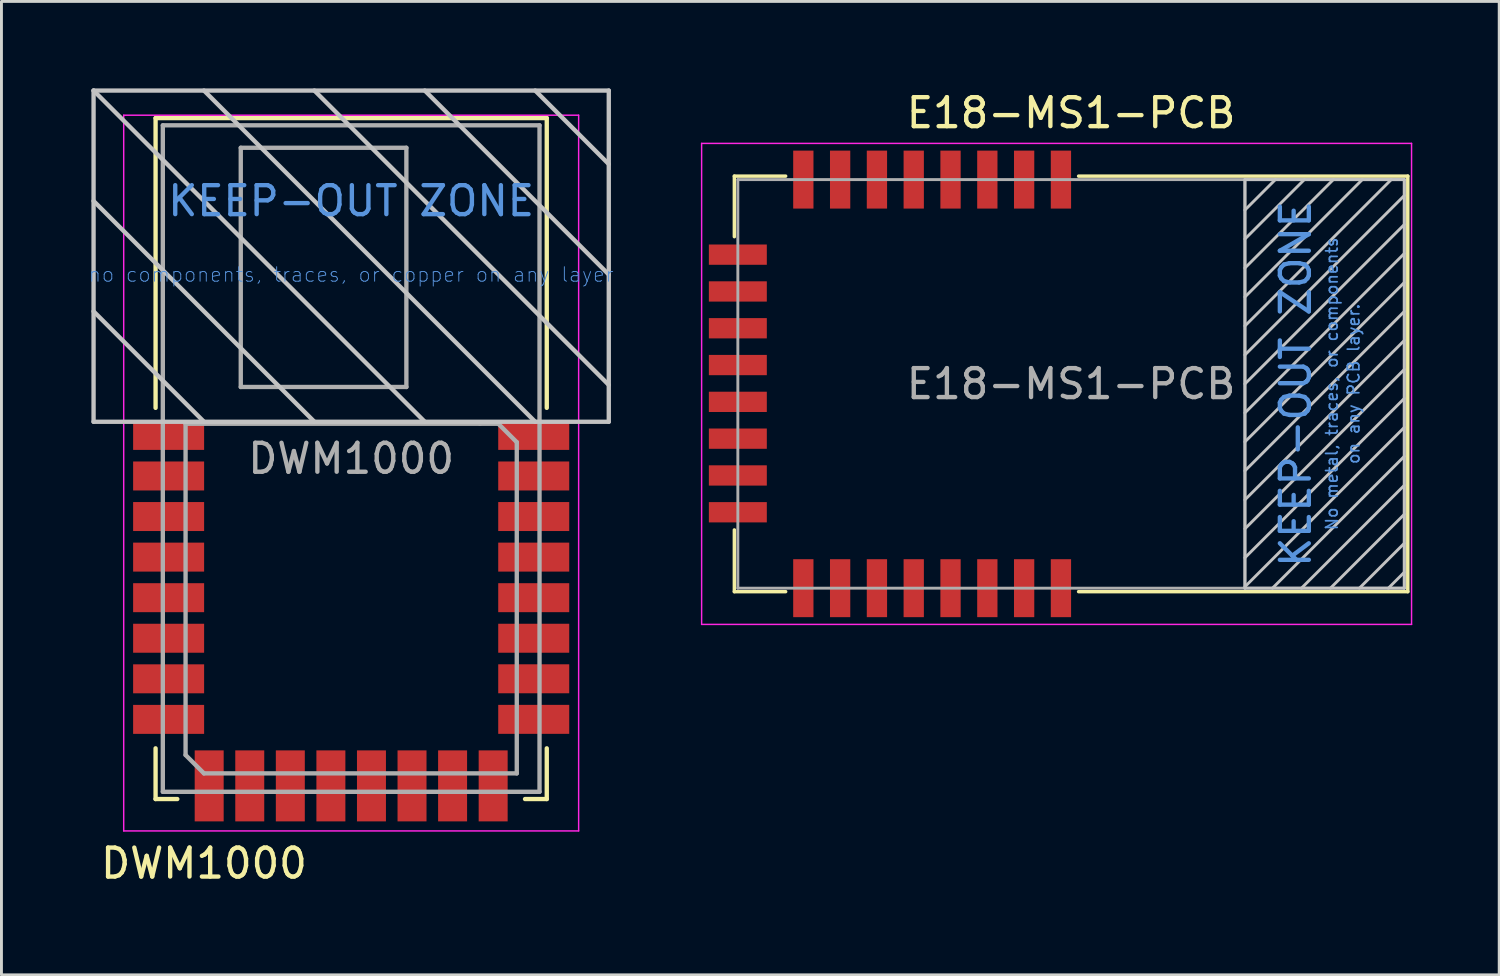
<source format=kicad_pcb>
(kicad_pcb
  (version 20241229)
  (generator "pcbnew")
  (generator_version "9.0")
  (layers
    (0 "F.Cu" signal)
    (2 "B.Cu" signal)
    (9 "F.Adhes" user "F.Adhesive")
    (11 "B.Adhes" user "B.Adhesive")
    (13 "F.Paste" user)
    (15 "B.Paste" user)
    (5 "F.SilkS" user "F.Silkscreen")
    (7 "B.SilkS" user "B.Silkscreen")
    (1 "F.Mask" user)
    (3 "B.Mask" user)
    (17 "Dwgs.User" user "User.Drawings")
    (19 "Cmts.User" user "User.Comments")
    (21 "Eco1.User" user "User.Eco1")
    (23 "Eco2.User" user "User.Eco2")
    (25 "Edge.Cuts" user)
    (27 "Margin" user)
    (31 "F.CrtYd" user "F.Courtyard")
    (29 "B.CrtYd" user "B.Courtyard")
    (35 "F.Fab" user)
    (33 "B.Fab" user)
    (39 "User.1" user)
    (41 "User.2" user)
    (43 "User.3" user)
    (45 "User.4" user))
  (footprint "DWM1000"
    (layer "F.Cu")
    (at 9.069 12.775)
    (property "Reference" "DWM1000" (at -5.08 13.97 0) (layer "F.SilkS") (effects (font (size 1 1) (thickness 0.15))))
    (attr smd)
    (fp_line (start -6.75 -11.75) (end -6.75 -1.75) (stroke (width 0.15) (type solid)) (layer "F.SilkS"))
    (fp_line (start -6.75 -11.75) (end 6.75 -11.75) (stroke (width 0.15) (type solid)) (layer "F.SilkS"))
    (fp_line (start -6.75 11.75) (end -6.75 10) (stroke (width 0.15) (type solid)) (layer "F.SilkS"))
    (fp_line (start -6 11.75) (end -6.75 11.75) (stroke (width 0.15) (type solid)) (layer "F.SilkS"))
    (fp_line (start 6 11.75) (end 6.75 11.75) (stroke (width 0.15) (type solid)) (layer "F.SilkS"))
    (fp_line (start 6.75 -11.75) (end 6.75 -1.75) (stroke (width 0.15) (type solid)) (layer "F.SilkS"))
    (fp_line (start 6.75 11.75) (end 6.75 10) (stroke (width 0.15) (type solid)) (layer "F.SilkS"))
    (fp_line (start -8.89 -12.7) (end 8.89 -12.7) (stroke (width 0.15) (type solid)) (layer "Dwgs.User"))
    (fp_line (start -8.89 -8.89) (end -1.27 -1.27) (stroke (width 0.15) (type solid)) (layer "Dwgs.User"))
    (fp_line (start -8.89 -5.08) (end -5.08 -1.27) (stroke (width 0.15) (type solid)) (layer "Dwgs.User"))
    (fp_line (start -8.89 -1.27) (end -8.89 -12.7) (stroke (width 0.15) (type solid)) (layer "Dwgs.User"))
    (fp_line (start -1.27 -12.7) (end 8.89 -2.54) (stroke (width 0.15) (type solid)) (layer "Dwgs.User"))
    (fp_line (start 2.54 -12.7) (end 8.89 -6.35) (stroke (width 0.15) (type solid)) (layer "Dwgs.User"))
    (fp_line (start 2.54 -1.27) (end -8.89 -12.7) (stroke (width 0.15) (type solid)) (layer "Dwgs.User"))
    (fp_line (start 6.35 -12.7) (end 8.89 -10.16) (stroke (width 0.15) (type solid)) (layer "Dwgs.User"))
    (fp_line (start 6.35 -1.27) (end -5.08 -12.7) (stroke (width 0.15) (type solid)) (layer "Dwgs.User"))
    (fp_line (start 8.89 -12.7) (end 8.89 -1.27) (stroke (width 0.15) (type solid)) (layer "Dwgs.User"))
    (fp_line (start 8.89 -1.27) (end -8.89 -1.27) (stroke (width 0.15) (type solid)) (layer "Dwgs.User"))
    (fp_line (start -7.85 -11.85) (end -7.85 12.85) (stroke (width 0.05) (type solid)) (layer "F.CrtYd"))
    (fp_line (start -7.85 12.85) (end 7.85 12.85) (stroke (width 0.05) (type solid)) (layer "F.CrtYd"))
    (fp_line (start 7.85 -11.85) (end -7.85 -11.85) (stroke (width 0.05) (type solid)) (layer "F.CrtYd"))
    (fp_line (start 7.85 12.85) (end 7.85 -11.85) (stroke (width 0.05) (type solid)) (layer "F.CrtYd"))
    (fp_line (start -6.5 -11.5) (end -6.5 11.5) (stroke (width 0.15) (type solid)) (layer "F.Fab"))
    (fp_line (start -6.5 11.5) (end 6.5 11.5) (stroke (width 0.15) (type solid)) (layer "F.Fab"))
    (fp_line (start -5.715 -1.2) (end 4.445 -1.2) (stroke (width 0.15) (type solid)) (layer "F.Fab"))
    (fp_line (start -5.715 10.23) (end -5.715 -1.2) (stroke (width 0.15) (type solid)) (layer "F.Fab"))
    (fp_line (start -5.08 10.865) (end -5.715 10.23) (stroke (width 0.15) (type solid)) (layer "F.Fab"))
    (fp_line (start -3.81 -10.725) (end 1.905 -10.725) (stroke (width 0.15) (type solid)) (layer "F.Fab"))
    (fp_line (start -3.81 -2.47) (end -3.81 -10.725) (stroke (width 0.15) (type solid)) (layer "F.Fab"))
    (fp_line (start 1.905 -10.725) (end 1.905 -2.47) (stroke (width 0.15) (type solid)) (layer "F.Fab"))
    (fp_line (start 1.905 -2.47) (end -3.81 -2.47) (stroke (width 0.15) (type solid)) (layer "F.Fab"))
    (fp_line (start 4.445 -1.2) (end 5.08 -1.2) (stroke (width 0.15) (type solid)) (layer "F.Fab"))
    (fp_line (start 5.08 -1.2) (end 5.715 -0.565) (stroke (width 0.15) (type solid)) (layer "F.Fab"))
    (fp_line (start 5.715 -0.565) (end 5.715 10.865) (stroke (width 0.15) (type solid)) (layer "F.Fab"))
    (fp_line (start 5.715 10.865) (end -5.08 10.865) (stroke (width 0.15) (type solid)) (layer "F.Fab"))
    (fp_line (start 6.5 -11.5) (end -6.5 -11.5) (stroke (width 0.15) (type solid)) (layer "F.Fab"))
    (fp_line (start 6.5 11.5) (end 6.5 -11.5) (stroke (width 0.15) (type solid)) (layer "F.Fab"))
    (fp_text user "no components, traces, or copper on any layer" (at 0 -6.35 0) (layer "Cmts.User") (effects (font (size 0.5 0.5) (thickness 0.032))))
    (fp_text user "KEEP-OUT ZONE" (at 0 -8.89 0) (layer "Cmts.User") (effects (font (size 1 1) (thickness 0.15))))
    (fp_text user "${REFERENCE}" (at 0 0 0) (layer "F.Fab") (effects (font (size 1 1) (thickness 0.15))))
    (pad "1" smd rect (at -6.3 -0.799 90) (size 1 2.45) (layers "F.Cu" "F.Mask" "F.Paste"))
    (pad "2" smd rect (at -6.3 0.601 90) (size 1 2.45) (layers "F.Cu" "F.Mask" "F.Paste"))
    (pad "3" smd rect (at -6.3 2.001 90) (size 1 2.45) (layers "F.Cu" "F.Mask" "F.Paste"))
    (pad "4" smd rect (at -6.3 3.401 90) (size 1 2.45) (layers "F.Cu" "F.Mask" "F.Paste"))
    (pad "5" smd rect (at -6.3 4.801 90) (size 1 2.45) (layers "F.Cu" "F.Mask" "F.Paste"))
    (pad "6" smd rect (at -6.3 6.201 90) (size 1 2.45) (layers "F.Cu" "F.Mask" "F.Paste"))
    (pad "7" smd rect (at -6.3 7.601 90) (size 1 2.45) (layers "F.Cu" "F.Mask" "F.Paste"))
    (pad "8" smd rect (at -6.3 9.001 90) (size 1 2.45) (layers "F.Cu" "F.Mask" "F.Paste"))
    (pad "9" smd rect (at -4.9 11.296) (size 1 2.45) (layers "F.Cu" "F.Mask" "F.Paste"))
    (pad "10" smd rect (at -3.5 11.296) (size 1 2.45) (layers "F.Cu" "F.Mask" "F.Paste"))
    (pad "11" smd rect (at -2.1 11.296) (size 1 2.45) (layers "F.Cu" "F.Mask" "F.Paste"))
    (pad "12" smd rect (at -0.7 11.296) (size 1 2.45) (layers "F.Cu" "F.Mask" "F.Paste"))
    (pad "13" smd rect (at 0.7 11.296) (size 1 2.45) (layers "F.Cu" "F.Mask" "F.Paste"))
    (pad "14" smd rect (at 2.1 11.296) (size 1 2.45) (layers "F.Cu" "F.Mask" "F.Paste"))
    (pad "15" smd rect (at 3.5 11.296) (size 1 2.45) (layers "F.Cu" "F.Mask" "F.Paste"))
    (pad "16" smd rect (at 4.9 11.296) (size 1 2.45) (layers "F.Cu" "F.Mask" "F.Paste"))
    (pad "17" smd rect (at 6.3 9 90) (size 1 2.45) (layers "F.Cu" "F.Mask" "F.Paste"))
    (pad "18" smd rect (at 6.3 7.6 90) (size 1 2.45) (layers "F.Cu" "F.Mask" "F.Paste"))
    (pad "19" smd rect (at 6.3 6.201 90) (size 1 2.45) (layers "F.Cu" "F.Mask" "F.Paste"))
    (pad "20" smd rect (at 6.3 4.801 90) (size 1 2.45) (layers "F.Cu" "F.Mask" "F.Paste"))
    (pad "21" smd rect (at 6.3 3.401 90) (size 1 2.45) (layers "F.Cu" "F.Mask" "F.Paste"))
    (pad "22" smd rect (at 6.3 2.001 90) (size 1 2.45) (layers "F.Cu" "F.Mask" "F.Paste"))
    (pad "23" smd rect (at 6.3 0.601 90) (size 1 2.45) (layers "F.Cu" "F.Mask" "F.Paste"))
    (pad "24" smd rect (at 6.3 -0.799 90) (size 1 2.45) (layers "F.Cu" "F.Mask" "F.Paste")))
  (footprint "E18-MS1-PCB"
    (layer "F.Cu")
    (at 27.663 10.198)
    (property "Reference" "E18-MS1-PCB" (at 6.25 -9.35 0) (layer "F.SilkS") (effects (font (size 1 1) (thickness 0.15))))
    (attr smd)
    (fp_line (start -5.37 -7.17) (end -5.37 -5.08) (stroke (width 0.12) (type solid)) (layer "F.SilkS"))
    (fp_line (start -5.37 -7.17) (end -3.6 -7.17) (stroke (width 0.12) (type solid)) (layer "F.SilkS"))
    (fp_line (start -5.37 5.04) (end -5.37 7.17) (stroke (width 0.12) (type solid)) (layer "F.SilkS"))
    (fp_line (start -5.37 7.17) (end -3.6 7.17) (stroke (width 0.12) (type solid)) (layer "F.SilkS"))
    (fp_line (start 6.51 7.17) (end 17.87 7.17) (stroke (width 0.12) (type solid)) (layer "F.SilkS"))
    (fp_line (start 17.87 -7.17) (end 6.51 -7.17) (stroke (width 0.12) (type solid)) (layer "F.SilkS"))
    (fp_line (start 17.87 7.17) (end 17.87 -7.17) (stroke (width 0.12) (type solid)) (layer "F.SilkS"))
    (fp_line (start 12.25 -7.05) (end 17.75 -7.05) (stroke (width 0.1) (type solid)) (layer "Dwgs.User"))
    (fp_line (start 12.25 -6) (end 13.3 -7.05) (stroke (width 0.1) (type solid)) (layer "Dwgs.User"))
    (fp_line (start 12.25 -5) (end 14.3 -7.05) (stroke (width 0.1) (type solid)) (layer "Dwgs.User"))
    (fp_line (start 12.25 -4) (end 15.3 -7.05) (stroke (width 0.1) (type solid)) (layer "Dwgs.User"))
    (fp_line (start 12.25 -3) (end 16.3 -7.05) (stroke (width 0.1) (type solid)) (layer "Dwgs.User"))
    (fp_line (start 12.25 -2) (end 17.3 -7.05) (stroke (width 0.1) (type solid)) (layer "Dwgs.User"))
    (fp_line (start 12.25 -1) (end 17.75 -6.5) (stroke (width 0.1) (type solid)) (layer "Dwgs.User"))
    (fp_line (start 12.25 0) (end 17.75 -5.5) (stroke (width 0.1) (type solid)) (layer "Dwgs.User"))
    (fp_line (start 12.25 1) (end 17.75 -4.5) (stroke (width 0.1) (type solid)) (layer "Dwgs.User"))
    (fp_line (start 12.25 2) (end 17.75 -3.5) (stroke (width 0.1) (type solid)) (layer "Dwgs.User"))
    (fp_line (start 12.25 3) (end 17.75 -2.5) (stroke (width 0.1) (type solid)) (layer "Dwgs.User"))
    (fp_line (start 12.25 4) (end 17.75 -1.5) (stroke (width 0.1) (type solid)) (layer "Dwgs.User"))
    (fp_line (start 12.25 5) (end 17.75 -0.5) (stroke (width 0.1) (type solid)) (layer "Dwgs.User"))
    (fp_line (start 12.25 6) (end 17.75 0.5) (stroke (width 0.1) (type solid)) (layer "Dwgs.User"))
    (fp_line (start 12.25 7) (end 17.75 1.5) (stroke (width 0.1) (type solid)) (layer "Dwgs.User"))
    (fp_line (start 12.25 7.05) (end 12.25 -7.05) (stroke (width 0.1) (type solid)) (layer "Dwgs.User"))
    (fp_line (start 14.2 7.05) (end 17.75 3.5) (stroke (width 0.1) (type solid)) (layer "Dwgs.User"))
    (fp_line (start 16.2 7.05) (end 17.75 5.5) (stroke (width 0.1) (type solid)) (layer "Dwgs.User"))
    (fp_line (start 17.75 -7.05) (end 17.75 7.05) (stroke (width 0.1) (type solid)) (layer "Dwgs.User"))
    (fp_line (start 17.75 2.5) (end 13.2 7.05) (stroke (width 0.1) (type solid)) (layer "Dwgs.User"))
    (fp_line (start 17.75 4.5) (end 15.2 7.05) (stroke (width 0.1) (type solid)) (layer "Dwgs.User"))
    (fp_line (start 17.75 6.5) (end 17.2 7.05) (stroke (width 0.1) (type solid)) (layer "Dwgs.User"))
    (fp_line (start 17.75 7.05) (end 12.25 7.05) (stroke (width 0.1) (type solid)) (layer "Dwgs.User"))
    (fp_line (start -6.5 -8.3) (end 18 -8.3) (stroke (width 0.05) (type solid)) (layer "F.CrtYd"))
    (fp_line (start -6.5 8.3) (end -6.5 -8.3) (stroke (width 0.05) (type solid)) (layer "F.CrtYd"))
    (fp_line (start 18 -8.3) (end 18 8.3) (stroke (width 0.05) (type solid)) (layer "F.CrtYd"))
    (fp_line (start 18 8.3) (end -6.5 8.3) (stroke (width 0.05) (type solid)) (layer "F.CrtYd"))
    (fp_line (start -5.25 -7.05) (end 17.75 -7.05) (stroke (width 0.1) (type solid)) (layer "F.Fab"))
    (fp_line (start -5.25 7.05) (end -5.25 -7.05) (stroke (width 0.1) (type solid)) (layer "F.Fab"))
    (fp_line (start 12.25 7.05) (end 12.25 -7.05) (stroke (width 0.1) (type solid)) (layer "F.Fab"))
    (fp_line (start 17.75 -7.05) (end 17.75 7.05) (stroke (width 0.1) (type solid)) (layer "F.Fab"))
    (fp_line (start 17.75 7.05) (end -5.25 7.05) (stroke (width 0.1) (type solid)) (layer "F.Fab"))
    (fp_text user "on any PCB layer." (at 16 0 90) (layer "Cmts.User") (effects (font (size 0.4 0.4) (thickness 0.06))))
    (fp_text user "KEEP-OUT ZONE" (at 14 0 90) (layer "Cmts.User") (effects (font (size 1 1) (thickness 0.15))))
    (fp_text user "No metal, traces, or components" (at 15.25 0 90) (layer "Cmts.User") (effects (font (size 0.4 0.4) (thickness 0.06))))
    (fp_text user "${REFERENCE}" (at 6.25 0 0) (layer "F.Fab") (effects (font (size 1 1) (thickness 0.15))))
    (pad "1" smd rect (at 5.9 -7.05 180) (size 0.7 2) (layers "F.Cu" "F.Mask" "F.Paste"))
    (pad "2" smd rect (at 4.63 -7.05 180) (size 0.7 2) (layers "F.Cu" "F.Mask" "F.Paste"))
    (pad "3" smd rect (at 3.36 -7.05 180) (size 0.7 2) (layers "F.Cu" "F.Mask" "F.Paste"))
    (pad "4" smd rect (at 2.09 -7.05 180) (size 0.7 2) (layers "F.Cu" "F.Mask" "F.Paste"))
    (pad "5" smd rect (at 0.82 -7.05 180) (size 0.7 2) (layers "F.Cu" "F.Mask" "F.Paste"))
    (pad "6" smd rect (at -0.45 -7.05 180) (size 0.7 2) (layers "F.Cu" "F.Mask" "F.Paste"))
    (pad "7" smd rect (at -1.72 -7.05 180) (size 0.7 2) (layers "F.Cu" "F.Mask" "F.Paste"))
    (pad "8" smd rect (at -2.99 -7.05 180) (size 0.7 2) (layers "F.Cu" "F.Mask" "F.Paste"))
    (pad "9" smd rect (at -5.25 -4.46 90) (size 0.7 2) (layers "F.Cu" "F.Mask" "F.Paste"))
    (pad "10" smd rect (at -5.25 -3.19 90) (size 0.7 2) (layers "F.Cu" "F.Mask" "F.Paste"))
    (pad "11" smd rect (at -5.25 -1.92 90) (size 0.7 2) (layers "F.Cu" "F.Mask" "F.Paste"))
    (pad "12" smd rect (at -5.25 -0.65 90) (size 0.7 2) (layers "F.Cu" "F.Mask" "F.Paste"))
    (pad "13" smd rect (at -5.25 0.62 90) (size 0.7 2) (layers "F.Cu" "F.Mask" "F.Paste"))
    (pad "14" smd rect (at -5.25 1.89 90) (size 0.7 2) (layers "F.Cu" "F.Mask" "F.Paste"))
    (pad "15" smd rect (at -5.25 3.16 90) (size 0.7 2) (layers "F.Cu" "F.Mask" "F.Paste"))
    (pad "16" smd rect (at -5.25 4.43 90) (size 0.7 2) (layers "F.Cu" "F.Mask" "F.Paste"))
    (pad "17" smd rect (at -2.99 7.05) (size 0.7 2) (layers "F.Cu" "F.Mask" "F.Paste"))
    (pad "18" smd rect (at -1.72 7.05) (size 0.7 2) (layers "F.Cu" "F.Mask" "F.Paste"))
    (pad "19" smd rect (at -0.45 7.05) (size 0.7 2) (layers "F.Cu" "F.Mask" "F.Paste"))
    (pad "20" smd rect (at 0.82 7.05) (size 0.7 2) (layers "F.Cu" "F.Mask" "F.Paste"))
    (pad "21" smd rect (at 2.09 7.05) (size 0.7 2) (layers "F.Cu" "F.Mask" "F.Paste"))
    (pad "22" smd rect (at 3.36 7.05) (size 0.7 2) (layers "F.Cu" "F.Mask" "F.Paste"))
    (pad "23" smd rect (at 4.63 7.05) (size 0.7 2) (layers "F.Cu" "F.Mask" "F.Paste"))
    (pad "24" smd rect (at 5.9 7.05) (size 0.7 2) (layers "F.Cu" "F.Mask" "F.Paste")))
  (gr_rect
    (start -3 -3)
    (end 48.688 30.593)
    (stroke (width 0.1) (type default))
    (fill no)
    (layer "Edge.Cuts")))
</source>
